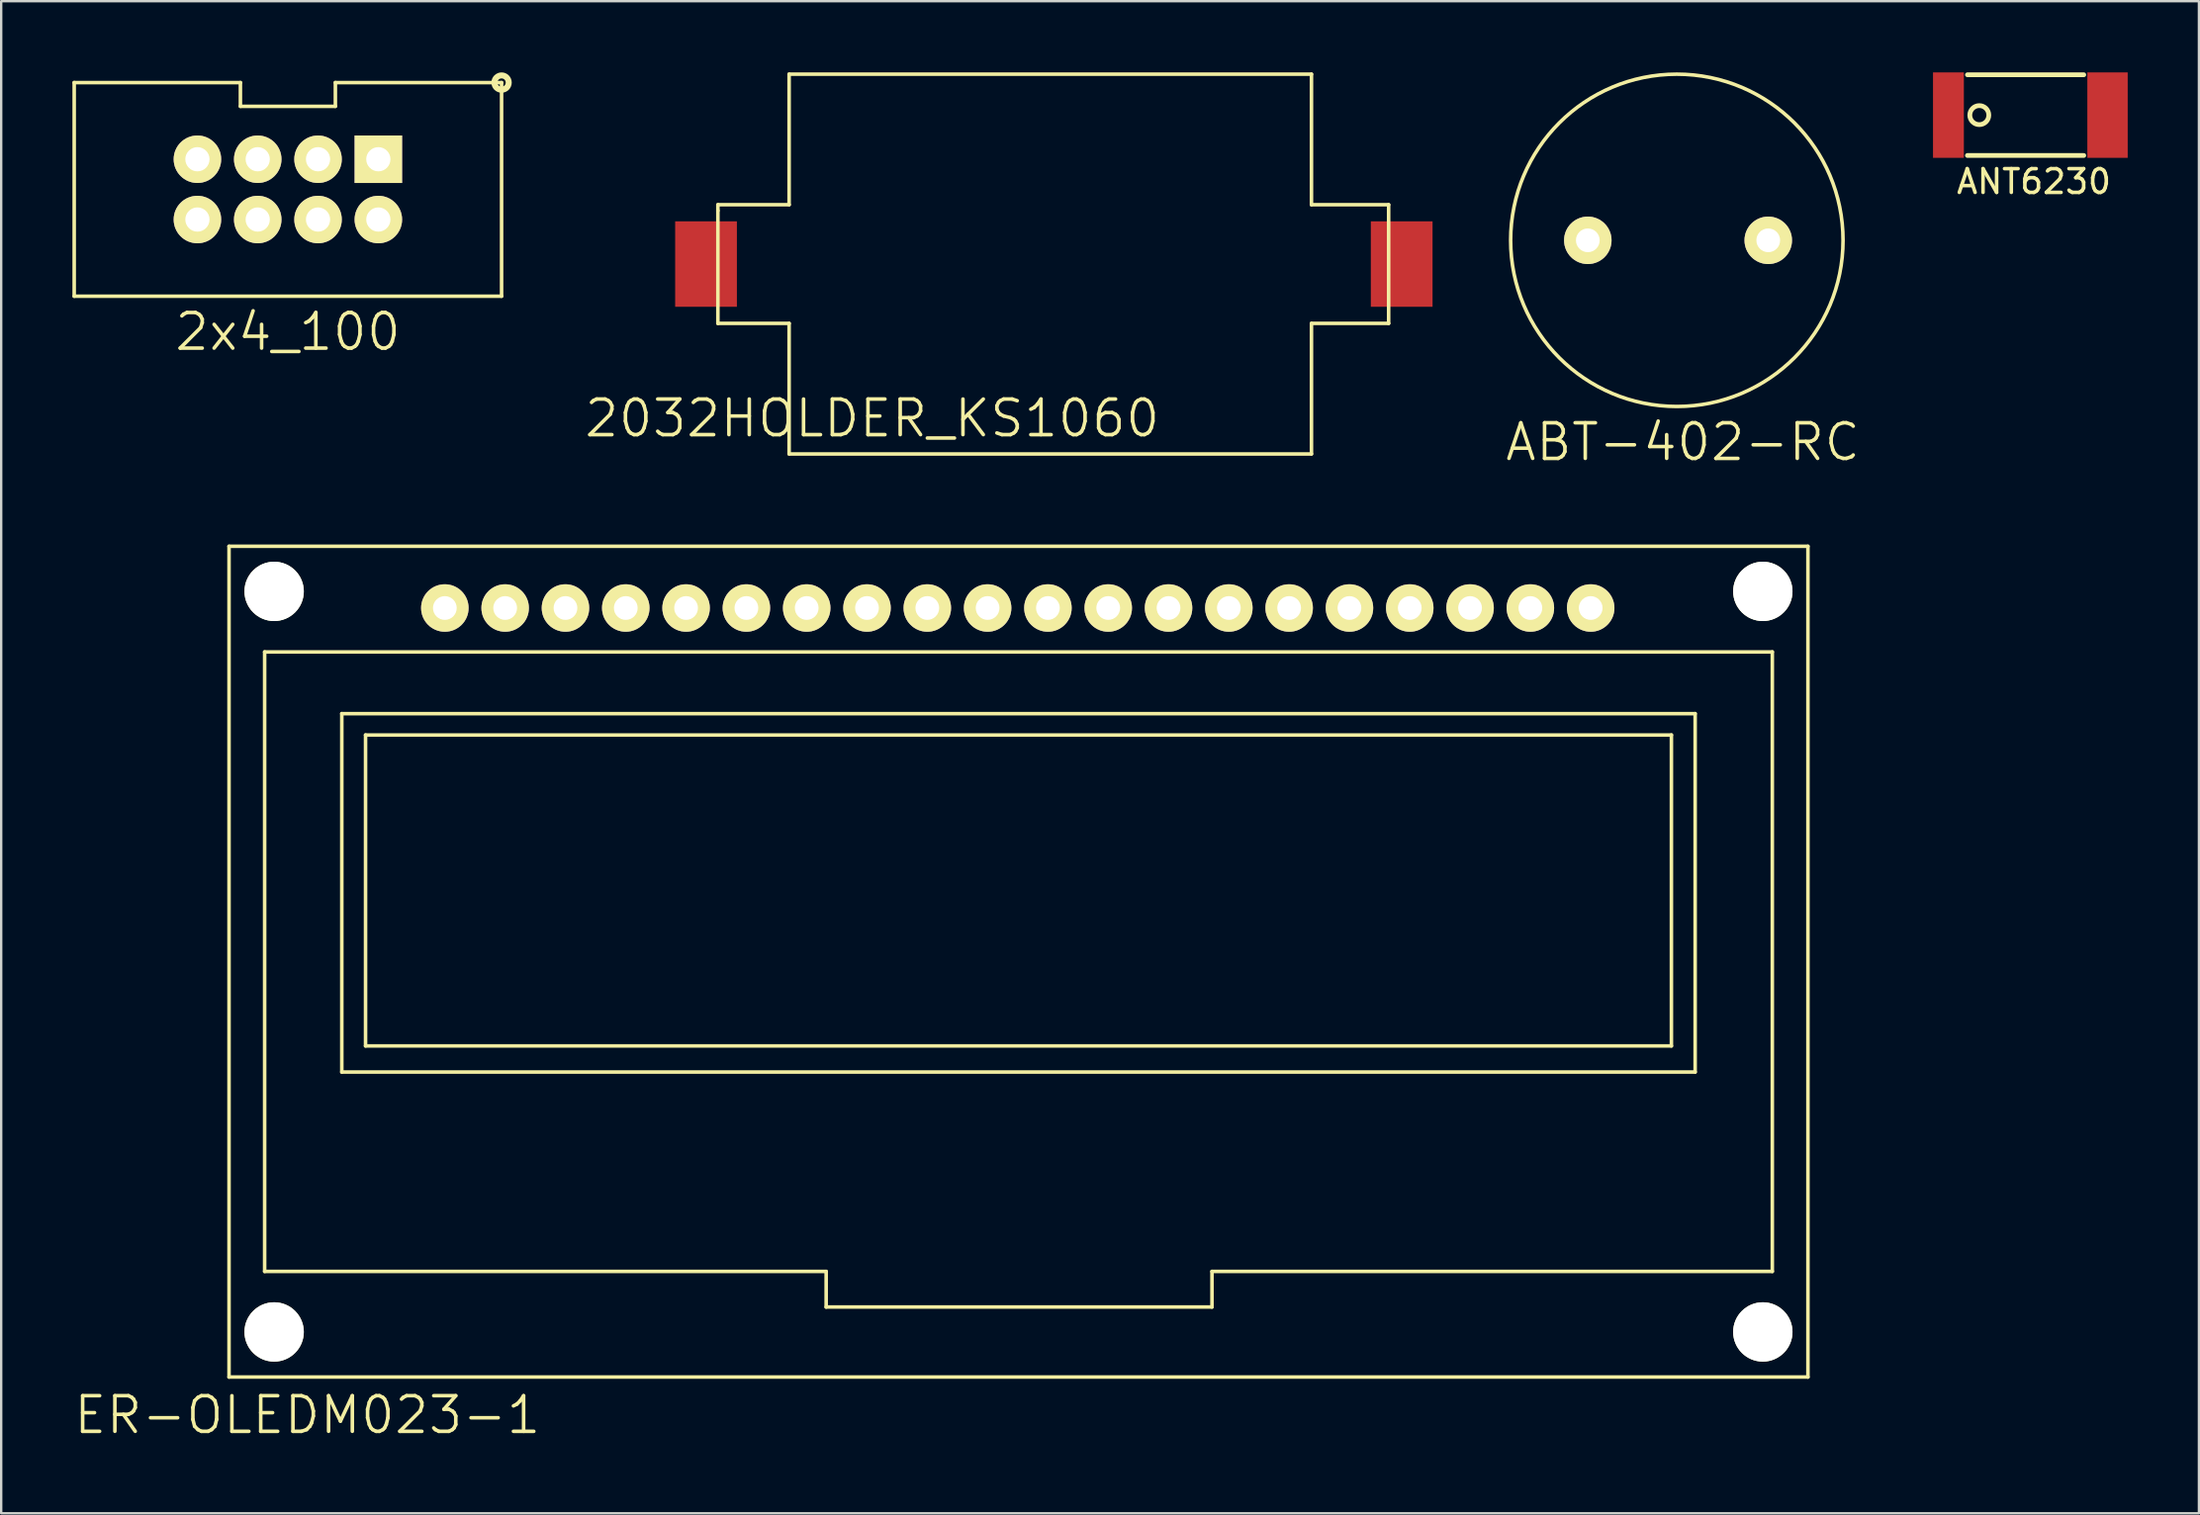
<source format=kicad_pcb>
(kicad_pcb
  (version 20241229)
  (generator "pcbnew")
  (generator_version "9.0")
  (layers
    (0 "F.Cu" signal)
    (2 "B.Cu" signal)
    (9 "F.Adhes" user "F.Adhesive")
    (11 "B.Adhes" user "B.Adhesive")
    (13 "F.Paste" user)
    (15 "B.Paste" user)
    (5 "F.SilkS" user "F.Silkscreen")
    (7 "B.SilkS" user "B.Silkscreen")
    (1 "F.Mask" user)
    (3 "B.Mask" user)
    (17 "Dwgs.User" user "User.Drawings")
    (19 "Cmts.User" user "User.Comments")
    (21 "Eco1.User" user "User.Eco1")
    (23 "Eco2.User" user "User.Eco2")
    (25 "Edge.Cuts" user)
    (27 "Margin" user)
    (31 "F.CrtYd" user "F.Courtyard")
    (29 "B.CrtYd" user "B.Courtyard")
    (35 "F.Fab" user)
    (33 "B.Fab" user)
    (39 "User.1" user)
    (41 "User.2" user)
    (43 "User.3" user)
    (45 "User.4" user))
  (footprint "ER-OLEDM023-1"
    (layer "F.Cu")
    (at 6.596 19.966)
    (property "Reference" "ER-OLEDM023-1" (at 3.3 36.6 0) (layer "F.SilkS") (effects (font (size 1.5 1.5) (thickness 0.15))))
    (attr through_hole)
    (fp_line (start 0 0) (end 66.5 0) (stroke (width 0.15) (type solid)) (layer "F.SilkS"))
    (fp_line (start 0 35) (end 0 0) (stroke (width 0.15) (type solid)) (layer "F.SilkS"))
    (fp_line (start 1.5 4.45) (end 1.5 30.55) (stroke (width 0.15) (type solid)) (layer "F.SilkS"))
    (fp_line (start 4.75 7.05) (end 4.75 22.15) (stroke (width 0.15) (type solid)) (layer "F.SilkS"))
    (fp_line (start 4.75 22.15) (end 61.75 22.15) (stroke (width 0.15) (type solid)) (layer "F.SilkS"))
    (fp_line (start 5.75 7.95) (end 5.75 21.05) (stroke (width 0.15) (type solid)) (layer "F.SilkS"))
    (fp_line (start 5.75 21.05) (end 60.75 21.05) (stroke (width 0.15) (type solid)) (layer "F.SilkS"))
    (fp_line (start 25.15 30.55) (end 1.5 30.55) (stroke (width 0.15) (type solid)) (layer "F.SilkS"))
    (fp_line (start 25.15 30.55) (end 25.15 32.05) (stroke (width 0.15) (type solid)) (layer "F.SilkS"))
    (fp_line (start 25.15 32.05) (end 41.4 32.05) (stroke (width 0.15) (type solid)) (layer "F.SilkS"))
    (fp_line (start 41.4 30.55) (end 65 30.55) (stroke (width 0.15) (type solid)) (layer "F.SilkS"))
    (fp_line (start 41.4 32.05) (end 41.4 30.55) (stroke (width 0.15) (type solid)) (layer "F.SilkS"))
    (fp_line (start 60.75 7.95) (end 5.75 7.95) (stroke (width 0.15) (type solid)) (layer "F.SilkS"))
    (fp_line (start 60.75 21.05) (end 60.75 7.95) (stroke (width 0.15) (type solid)) (layer "F.SilkS"))
    (fp_line (start 61.75 7.05) (end 4.75 7.05) (stroke (width 0.15) (type solid)) (layer "F.SilkS"))
    (fp_line (start 61.75 22.15) (end 61.75 7.05) (stroke (width 0.15) (type solid)) (layer "F.SilkS"))
    (fp_line (start 65 4.45) (end 1.5 4.45) (stroke (width 0.15) (type solid)) (layer "F.SilkS"))
    (fp_line (start 65 30.55) (end 65 4.45) (stroke (width 0.15) (type solid)) (layer "F.SilkS"))
    (fp_line (start 66.5 0) (end 66.5 35) (stroke (width 0.15) (type solid)) (layer "F.SilkS"))
    (fp_line (start 66.5 35) (end 0 35) (stroke (width 0.15) (type solid)) (layer "F.SilkS"))
    (pad "" np_thru_hole circle (at 1.9 1.9) (size 2.5 2.5) (drill 2.5) (layers "*.Cu" "*.Mask" "F.SilkS"))
    (pad "" np_thru_hole circle (at 1.9 33.1) (size 2.5 2.5) (drill 2.5) (layers "*.Cu" "*.Mask" "F.SilkS"))
    (pad "" np_thru_hole circle (at 64.6 1.9) (size 2.5 2.5) (drill 2.5) (layers "*.Cu" "*.Mask" "F.SilkS"))
    (pad "" np_thru_hole circle (at 64.6 33.1) (size 2.5 2.5) (drill 2.5) (layers "*.Cu" "*.Mask" "F.SilkS"))
    (pad "1" thru_hole circle (at 9.09 2.6) (size 2 2) (drill 1) (layers "*.Cu" "*.Mask" "F.SilkS"))
    (pad "2" thru_hole circle (at 11.63 2.6) (size 2 2) (drill 1) (layers "*.Cu" "*.Mask" "F.SilkS"))
    (pad "3" thru_hole circle (at 14.17 2.6) (size 2 2) (drill 1) (layers "*.Cu" "*.Mask" "F.SilkS"))
    (pad "4" thru_hole circle (at 16.71 2.6) (size 2 2) (drill 1) (layers "*.Cu" "*.Mask" "F.SilkS"))
    (pad "5" thru_hole circle (at 19.25 2.6) (size 2 2) (drill 1) (layers "*.Cu" "*.Mask" "F.SilkS"))
    (pad "6" thru_hole circle (at 21.79 2.6) (size 2 2) (drill 1) (layers "*.Cu" "*.Mask" "F.SilkS"))
    (pad "7" thru_hole circle (at 24.33 2.6) (size 2 2) (drill 1) (layers "*.Cu" "*.Mask" "F.SilkS"))
    (pad "8" thru_hole circle (at 26.87 2.6) (size 2 2) (drill 1) (layers "*.Cu" "*.Mask" "F.SilkS"))
    (pad "9" thru_hole circle (at 29.41 2.6) (size 2 2) (drill 1) (layers "*.Cu" "*.Mask" "F.SilkS"))
    (pad "10" thru_hole circle (at 31.95 2.6) (size 2 2) (drill 1) (layers "*.Cu" "*.Mask" "F.SilkS"))
    (pad "11" thru_hole circle (at 34.49 2.6) (size 2 2) (drill 1) (layers "*.Cu" "*.Mask" "F.SilkS"))
    (pad "12" thru_hole circle (at 37.03 2.6) (size 2 2) (drill 1) (layers "*.Cu" "*.Mask" "F.SilkS"))
    (pad "13" thru_hole circle (at 39.57 2.6) (size 2 2) (drill 1) (layers "*.Cu" "*.Mask" "F.SilkS"))
    (pad "14" thru_hole circle (at 42.11 2.6) (size 2 2) (drill 1) (layers "*.Cu" "*.Mask" "F.SilkS"))
    (pad "15" thru_hole circle (at 44.65 2.6) (size 2 2) (drill 1) (layers "*.Cu" "*.Mask" "F.SilkS"))
    (pad "16" thru_hole circle (at 47.19 2.6) (size 2 2) (drill 1) (layers "*.Cu" "*.Mask" "F.SilkS"))
    (pad "17" thru_hole circle (at 49.73 2.6) (size 2 2) (drill 1) (layers "*.Cu" "*.Mask" "F.SilkS"))
    (pad "18" thru_hole circle (at 52.27 2.6) (size 2 2) (drill 1) (layers "*.Cu" "*.Mask" "F.SilkS"))
    (pad "19" thru_hole circle (at 54.81 2.6) (size 2 2) (drill 1) (layers "*.Cu" "*.Mask" "F.SilkS"))
    (pad "20" thru_hole circle (at 57.35 2.6) (size 2 2) (drill 1) (layers "*.Cu" "*.Mask" "F.SilkS")))
  (footprint "ABT-402-RC"
    (layer "F.Cu")
    (at 63.825 7.075)
    (property "Reference" "ABT-402-RC" (at 4 8.5 0) (layer "F.SilkS") (effects (font (size 1.5 1.5) (thickness 0.15))))
    (attr through_hole)
    (fp_circle (center 3.75 0) (end 10.75 0) (stroke (width 0.15) (type solid)) (fill no) (layer "F.SilkS"))
    (pad "1" thru_hole circle (at 0 0) (size 2 2) (drill 1) (layers "*.Cu" "*.Mask" "F.SilkS"))
    (pad "2" thru_hole circle (at 7.6 0) (size 2 2) (drill 1) (layers "*.Cu" "*.Mask" "F.SilkS")))
  (footprint "2032HOLDER_KS1060"
    (layer "F.Cu")
    (at 26.686 8.075)
    (property "Reference" "2032HOLDER_KS1060" (at 7 6.5 0) (layer "F.SilkS") (effects (font (size 1.5 1.5) (thickness 0.15))))
    (attr through_hole)
    (fp_line (start 0.5 -2.5) (end 3.5 -2.5) (stroke (width 0.15) (type solid)) (layer "F.SilkS"))
    (fp_line (start 0.5 -2.25) (end 0.5 -2.5) (stroke (width 0.15) (type solid)) (layer "F.SilkS"))
    (fp_line (start 0.5 2.5) (end 0.5 -2.25) (stroke (width 0.15) (type solid)) (layer "F.SilkS"))
    (fp_line (start 3.5 -8) (end 25.5 -8) (stroke (width 0.15) (type solid)) (layer "F.SilkS"))
    (fp_line (start 3.5 -2.5) (end 3.5 -8) (stroke (width 0.15) (type solid)) (layer "F.SilkS"))
    (fp_line (start 3.5 2.5) (end 0.5 2.5) (stroke (width 0.15) (type solid)) (layer "F.SilkS"))
    (fp_line (start 3.5 8) (end 3.5 2.5) (stroke (width 0.15) (type solid)) (layer "F.SilkS"))
    (fp_line (start 25.5 -8) (end 25.5 -2.5) (stroke (width 0.15) (type solid)) (layer "F.SilkS"))
    (fp_line (start 25.5 -2.5) (end 28.75 -2.5) (stroke (width 0.15) (type solid)) (layer "F.SilkS"))
    (fp_line (start 25.5 2.5) (end 25.5 8) (stroke (width 0.15) (type solid)) (layer "F.SilkS"))
    (fp_line (start 25.5 2.5) (end 28.75 2.5) (stroke (width 0.15) (type solid)) (layer "F.SilkS"))
    (fp_line (start 25.5 8) (end 3.5 8) (stroke (width 0.15) (type solid)) (layer "F.SilkS"))
    (fp_line (start 28.75 -2.5) (end 28.75 2.5) (stroke (width 0.15) (type solid)) (layer "F.SilkS"))
    (pad "1" smd rect (at 0 0) (size 2.6 3.6) (layers "F.Cu" "F.Mask" "F.Paste"))
    (pad "2" smd rect (at 29.3 0) (size 2.6 3.6) (layers "F.Cu" "F.Mask" "F.Paste")))
  (footprint "ANT6230"
    (layer "F.Cu")
    (at 79.014 1.8)
    (property "Reference" "ANT6230" (at 3.6 2.8 0) (layer "F.SilkS") (effects (font (size 1 1) (thickness 0.15))))
    (attr through_hole)
    (fp_line (start 0.8 -1.7) (end 5.7 -1.7) (stroke (width 0.2) (type solid)) (layer "F.SilkS"))
    (fp_line (start 0.8 1.7) (end 5.7 1.7) (stroke (width 0.2) (type solid)) (layer "F.SilkS"))
    (fp_circle (center 1.3 0) (end 1.7 0) (stroke (width 0.2) (type solid)) (fill no) (layer "F.SilkS"))
    (pad "1" smd rect (at 0 0) (size 1.3 3.6) (layers "F.Cu" "F.Mask" "F.Paste"))
    (pad "2" smd rect (at 6.7 0) (size 1.7 3.6) (layers "F.Cu" "F.Mask" "F.Paste")))
  (footprint "2x4_100"
    (layer "F.Cu")
    (at 9.075 4.929)
    (property "Reference" "2x4_100" (at 0 6 0) (layer "F.SilkS") (effects (font (size 1.5 1.5) (thickness 0.15))))
    (attr through_hole)
    (fp_line (start -9 -4.5) (end -2 -4.5) (stroke (width 0.15) (type solid)) (layer "F.SilkS"))
    (fp_line (start -9 4.5) (end -9 -4.5) (stroke (width 0.15) (type solid)) (layer "F.SilkS"))
    (fp_line (start -2 -4.5) (end -2 -3.5) (stroke (width 0.15) (type solid)) (layer "F.SilkS"))
    (fp_line (start -2 -3.5) (end 2 -3.5) (stroke (width 0.15) (type solid)) (layer "F.SilkS"))
    (fp_line (start 2 -4.5) (end 9 -4.5) (stroke (width 0.15) (type solid)) (layer "F.SilkS"))
    (fp_line (start 2 -3.5) (end 2 -4.5) (stroke (width 0.15) (type solid)) (layer "F.SilkS"))
    (fp_line (start 9 -4.5) (end 9 4.5) (stroke (width 0.15) (type solid)) (layer "F.SilkS"))
    (fp_line (start 9 4.5) (end -9 4.5) (stroke (width 0.15) (type solid)) (layer "F.SilkS"))
    (fp_circle (center 9 -4.5) (end 9.25 -4.75) (stroke (width 0.15) (type solid)) (fill no) (layer "F.SilkS"))
    (fp_circle (center 9 -4.5) (end 9.25 -4.5) (stroke (width 0.15) (type solid)) (fill no) (layer "F.SilkS"))
    (pad "1" thru_hole rect (at 3.81 -1.27) (size 2 2) (drill 1.02) (layers "*.Cu" "*.Mask" "F.SilkS"))
    (pad "2" thru_hole circle (at 3.81 1.27) (size 2 2) (drill 1.02) (layers "*.Cu" "*.Mask" "F.SilkS"))
    (pad "3" thru_hole circle (at 1.27 -1.27) (size 2 2) (drill 1.02) (layers "*.Cu" "*.Mask" "F.SilkS"))
    (pad "4" thru_hole circle (at 1.27 1.27) (size 2 2) (drill 1.02) (layers "*.Cu" "*.Mask" "F.SilkS"))
    (pad "5" thru_hole circle (at -1.27 -1.27) (size 2 2) (drill 1.02) (layers "*.Cu" "*.Mask" "F.SilkS"))
    (pad "6" thru_hole circle (at -1.27 1.27) (size 2 2) (drill 1.02) (layers "*.Cu" "*.Mask" "F.SilkS"))
    (pad "7" thru_hole circle (at -3.81 -1.27) (size 2 2) (drill 1.02) (layers "*.Cu" "*.Mask" "F.SilkS"))
    (pad "8" thru_hole circle (at -3.81 1.27) (size 2 2) (drill 1.02) (layers "*.Cu" "*.Mask" "F.SilkS")))
  (gr_rect
    (start -3 -3)
    (end 89.564 60.706)
    (stroke (width 0.1) (type default))
    (fill no)
    (layer "Edge.Cuts")))
</source>
